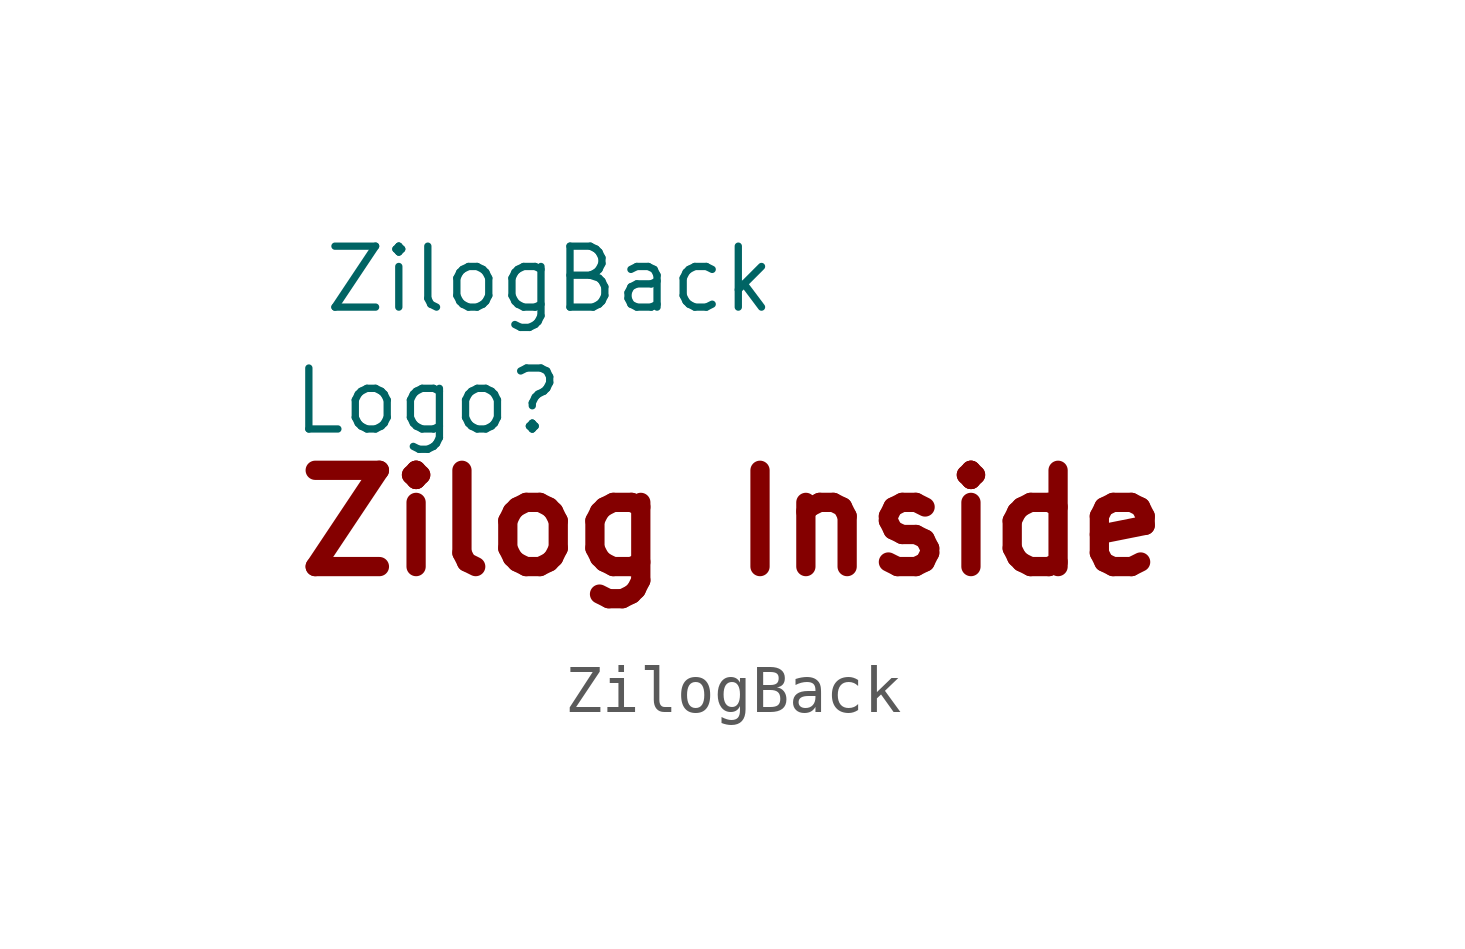
<source format=kicad_sym>
(kicad_symbol_lib
  (version 20211014)
  (generator kicad_symbol_editor)
  (symbol "ZilogBack"
    (pin_names
      (offset 1.016))
    (property "Reference" "Logo"
      (at 2.54 1.27 0)
      (effects (font (size 1.27 1.27))))
    (property "Value" "ZilogBack"
      (at 5.08 3.81 0)
      (effects (font (size 1.27 1.27))))
    (symbol "ZilogBack_0_0"
      (text "Zilog Inside" (at 8.89 -1.27 0) (effects (font (size 2.007 2.007) bold))))))
</source>
